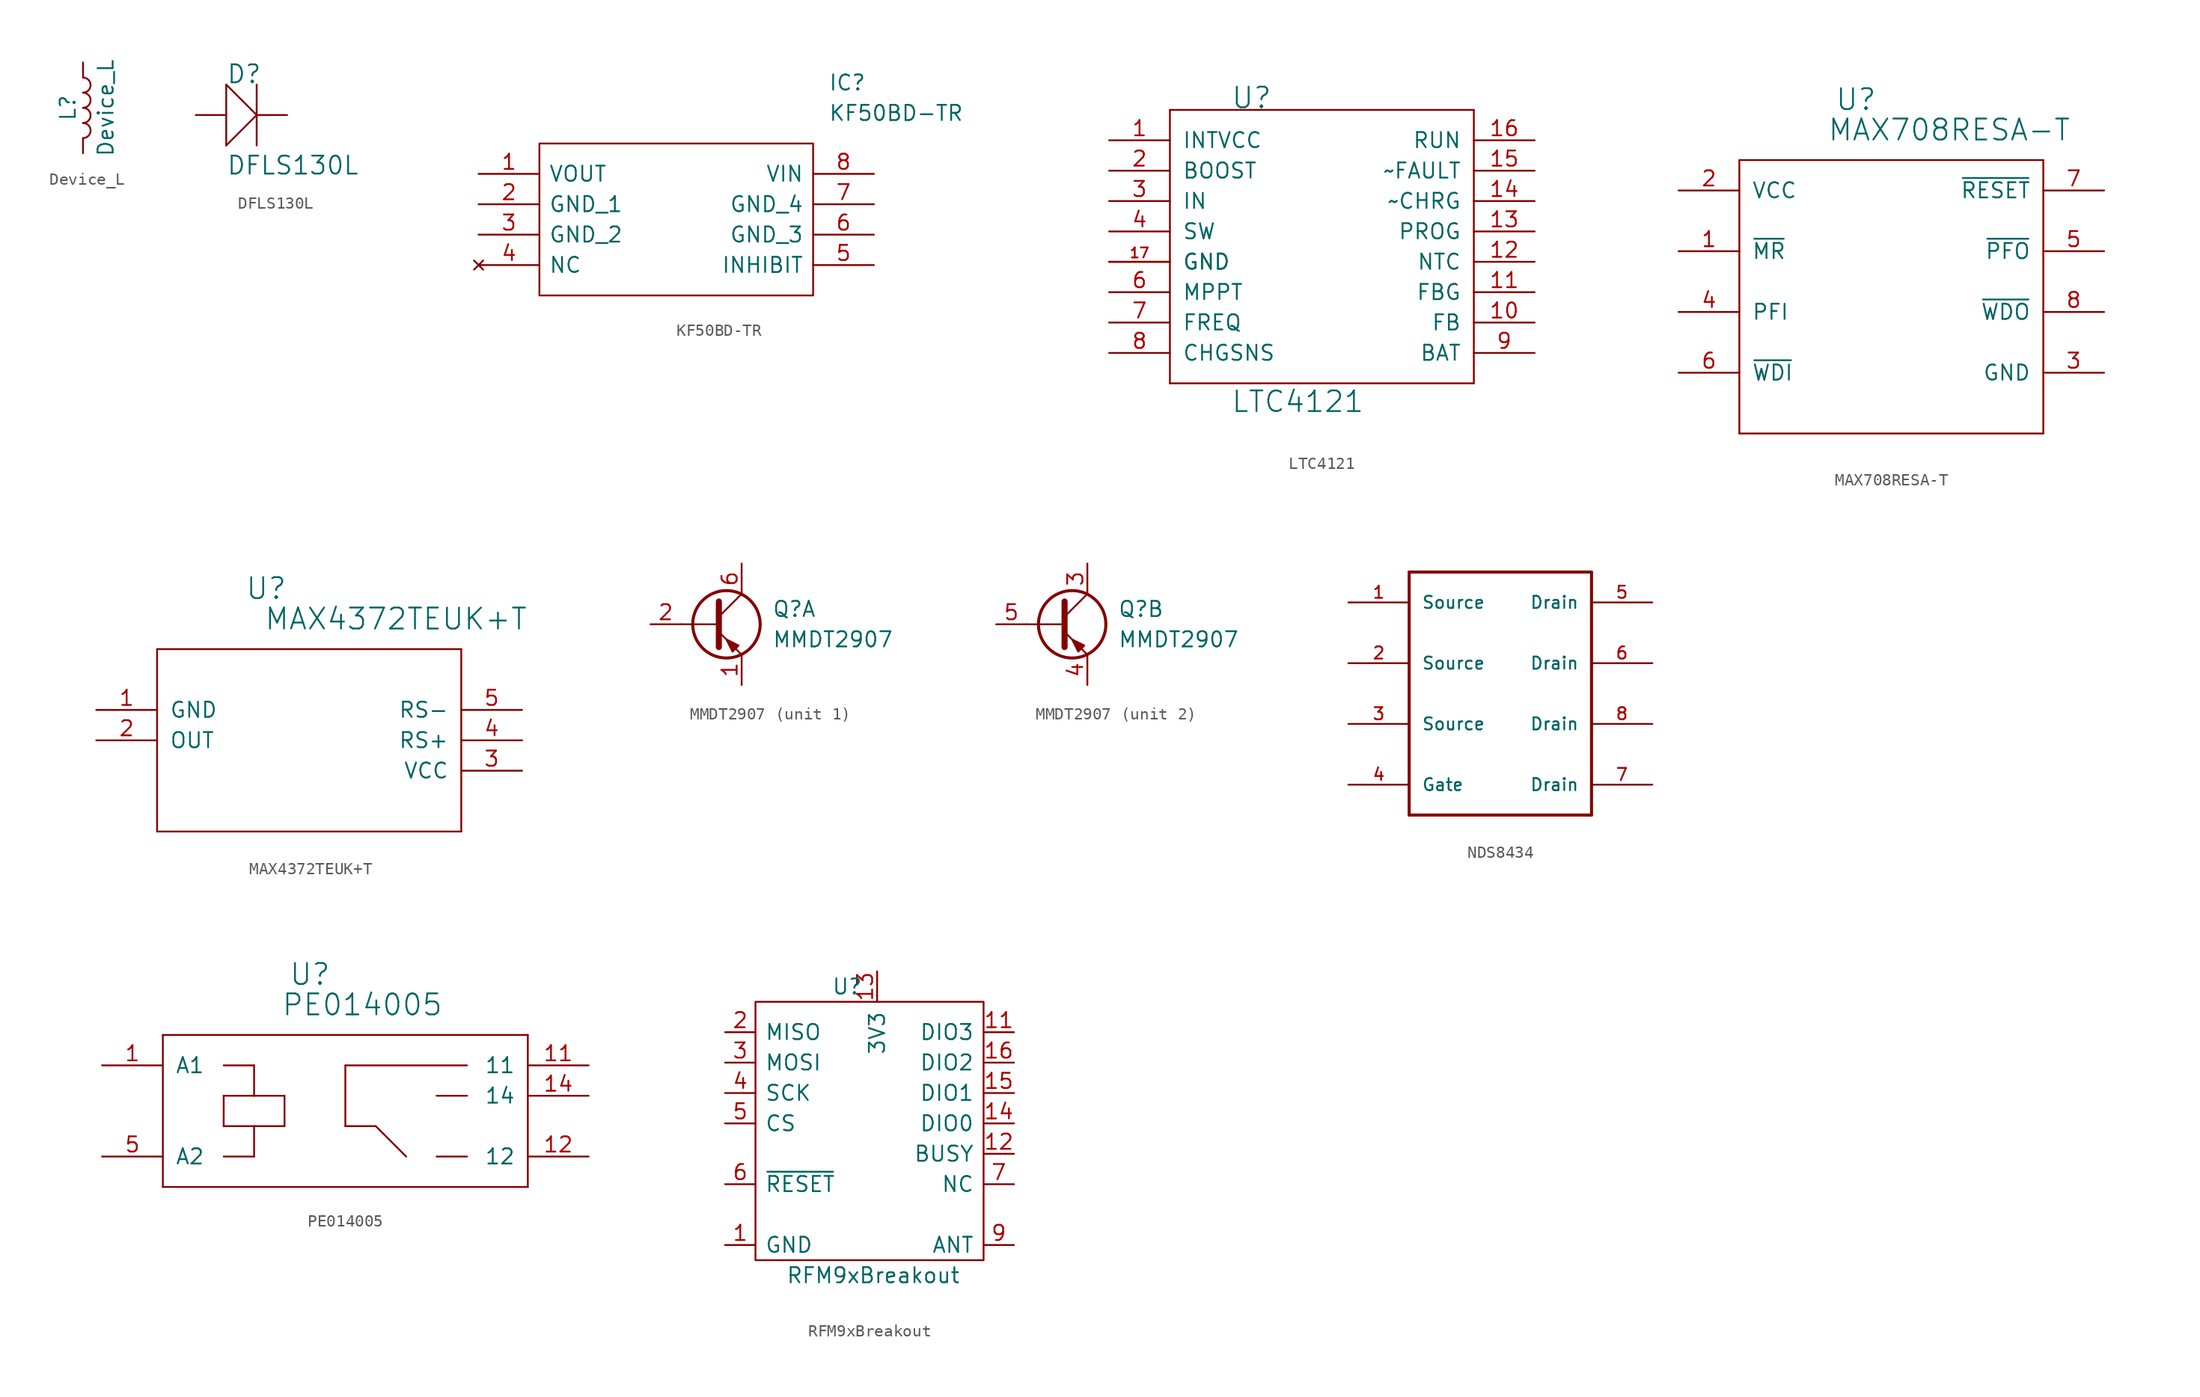
<source format=kicad_sym>
(kicad_symbol_lib
  (version 20231120)
  (generator "kicad_symbol_editor")
  (generator_version "8.0")
  (symbol "Device_L"
    (pin_numbers hide)
    (pin_names
      (offset 1.016) hide)
    (property "Reference" "L"
      (at -1.27 0 90)
      (effects (font (size 1.27 1.27))))
    (property "Value" "Device_L"
      (at 1.905 0 90)
      (effects (font (size 1.27 1.27))))
    (symbol "Device_L_0_1"
      (arc (start 0 -2.54) (mid 0.635 -1.905) (end 0 -1.27) (stroke (width 0) (type solid)) (fill (type none)))
      (arc (start 0 -1.27) (mid 0.635 -0.635) (end 0 0) (stroke (width 0) (type solid)) (fill (type none)))
      (arc (start 0 0) (mid 0.635 0.635) (end 0 1.27) (stroke (width 0) (type solid)) (fill (type none)))
      (arc (start 0 1.27) (mid 0.635 1.905) (end 0 2.54) (stroke (width 0) (type solid)) (fill (type none))))
    (symbol "Device_L_1_1"
      (pin passive line (at 0 3.81 270) (length 1.27) (name "1" (effects (font (size 1.27 1.27)))) (number "1" (effects (font (size 1.27 1.27)))))
      (pin passive line (at 0 -3.81 90) (length 1.27) (name "2" (effects (font (size 1.27 1.27)))) (number "2" (effects (font (size 1.27 1.27)))))))
  (symbol "DFLS130L"
    (pin_names
      (offset 1.016))
    (property "Reference" "D"
      (at 0 2.54 0)
      (effects (font (size 1.499 1.499)) (justify left bottom)))
    (property "Value" "DFLS130L"
      (at 0 -5.08 0)
      (effects (font (size 1.499 1.499)) (justify left bottom)))
    (property "ki_locked" ""
      (at 0 0 0)
      (effects (font (size 1.27 1.27))))
    (symbol "DFLS130L_1_0"
      (polyline (pts (xy 0 -2.54) (xy 2.54 0)) (stroke (width 0) (type solid)) (fill (type none)))
      (polyline (pts (xy 0 2.54) (xy 0 -2.54)) (stroke (width 0) (type solid)) (fill (type none)))
      (polyline (pts (xy 2.54 0) (xy 0 2.54)) (stroke (width 0) (type solid)) (fill (type none)))
      (polyline (pts (xy 2.54 2.54) (xy 2.54 -2.54)) (stroke (width 0) (type solid)) (fill (type none)))
      (pin bidirectional line (at -2.54 0 0) (length 2.54) (name "A" (effects (font (size 0 0)))) (number "A" (effects (font (size 0 0)))))
      (pin bidirectional line (at 5.08 0 180) (length 2.54) (name "C" (effects (font (size 0 0)))) (number "C" (effects (font (size 0 0)))))))
  (symbol "KF50BD-TR"
    (pin_names
      (offset 0.762))
    (property "Reference" "IC"
      (at 29.21 7.62 0)
      (effects (font (size 1.27 1.27)) (justify left)))
    (property "Value" "KF50BD-TR"
      (at 29.21 5.08 0)
      (effects (font (size 1.27 1.27)) (justify left)))
    (symbol "KF50BD-TR_0_0"
      (pin output line (at 0 0 0) (length 5.08) (name "VOUT" (effects (font (size 1.27 1.27)))) (number "1" (effects (font (size 1.27 1.27)))))
      (pin power_in line (at 0 -2.54 0) (length 5.08) (name "GND_1" (effects (font (size 1.27 1.27)))) (number "2" (effects (font (size 1.27 1.27)))))
      (pin power_in line (at 0 -5.08 0) (length 5.08) (name "GND_2" (effects (font (size 1.27 1.27)))) (number "3" (effects (font (size 1.27 1.27)))))
      (pin no_connect line (at 0 -7.62 0) (length 5.08) (name "NC" (effects (font (size 1.27 1.27)))) (number "4" (effects (font (size 1.27 1.27)))))
      (pin input line (at 33.02 -7.62 180) (length 5.08) (name "INHIBIT" (effects (font (size 1.27 1.27)))) (number "5" (effects (font (size 1.27 1.27)))))
      (pin power_in line (at 33.02 -5.08 180) (length 5.08) (name "GND_3" (effects (font (size 1.27 1.27)))) (number "6" (effects (font (size 1.27 1.27)))))
      (pin power_in line (at 33.02 -2.54 180) (length 5.08) (name "GND_4" (effects (font (size 1.27 1.27)))) (number "7" (effects (font (size 1.27 1.27)))))
      (pin input line (at 33.02 0 180) (length 5.08) (name "VIN" (effects (font (size 1.27 1.27)))) (number "8" (effects (font (size 1.27 1.27))))))
    (symbol "KF50BD-TR_0_1"
      (polyline (pts (xy 5.08 2.54) (xy 27.94 2.54) (xy 27.94 -10.16) (xy 5.08 -10.16) (xy 5.08 2.54)) (stroke (width 0.152) (type solid)) (fill (type none)))))
  (symbol "LTC4121"
    (pin_names
      (offset 1.016))
    (property "Reference" "U"
      (at -2.54 10.16 0)
      (effects (font (size 1.727 1.727)) (justify left bottom)))
    (property "Value" "LTC4121"
      (at -2.54 -15.24 0)
      (effects (font (size 1.727 1.727)) (justify left bottom)))
    (property "ki_locked" ""
      (at 0 0 0)
      (effects (font (size 1.27 1.27))))
    (symbol "LTC4121_1_0"
      (polyline (pts (xy -7.62 -12.7) (xy -7.62 10.16)) (stroke (width 0) (type solid)) (fill (type none)))
      (polyline (pts (xy -7.62 10.16) (xy 17.78 10.16)) (stroke (width 0) (type solid)) (fill (type none)))
      (polyline (pts (xy 17.78 -12.7) (xy -7.62 -12.7)) (stroke (width 0) (type solid)) (fill (type none)))
      (polyline (pts (xy 17.78 10.16) (xy 17.78 -12.7)) (stroke (width 0) (type solid)) (fill (type none)))
      (pin bidirectional line (at -12.7 7.62 0) (length 5.08) (name "INTVCC" (effects (font (size 1.27 1.27)))) (number "1" (effects (font (size 1.27 1.27)))))
      (pin bidirectional line (at 22.86 -7.62 180) (length 5.08) (name "FB" (effects (font (size 1.27 1.27)))) (number "10" (effects (font (size 1.27 1.27)))))
      (pin bidirectional line (at 22.86 -5.08 180) (length 5.08) (name "FBG" (effects (font (size 1.27 1.27)))) (number "11" (effects (font (size 1.27 1.27)))))
      (pin bidirectional line (at 22.86 -2.54 180) (length 5.08) (name "NTC" (effects (font (size 1.27 1.27)))) (number "12" (effects (font (size 1.27 1.27)))))
      (pin bidirectional line (at 22.86 0 180) (length 5.08) (name "PROG" (effects (font (size 1.27 1.27)))) (number "13" (effects (font (size 1.27 1.27)))))
      (pin bidirectional line (at 22.86 2.54 180) (length 5.08) (name "~CHRG" (effects (font (size 1.27 1.27)))) (number "14" (effects (font (size 1.27 1.27)))))
      (pin bidirectional line (at 22.86 5.08 180) (length 5.08) (name "~FAULT" (effects (font (size 1.27 1.27)))) (number "15" (effects (font (size 1.27 1.27)))))
      (pin bidirectional line (at 22.86 7.62 180) (length 5.08) (name "RUN" (effects (font (size 1.27 1.27)))) (number "16" (effects (font (size 1.27 1.27)))))
      (pin bidirectional line (at -12.7 -2.54 0) (length 5.08) (name "GND" (effects (font (size 1.27 1.27)))) (number "17" (effects (font (size 0.838 0.838)))))
      (pin bidirectional line (at -12.7 5.08 0) (length 5.08) (name "BOOST" (effects (font (size 1.27 1.27)))) (number "2" (effects (font (size 1.27 1.27)))))
      (pin bidirectional line (at -12.7 2.54 0) (length 5.08) (name "IN" (effects (font (size 1.27 1.27)))) (number "3" (effects (font (size 1.27 1.27)))))
      (pin bidirectional line (at -12.7 0 0) (length 5.08) (name "SW" (effects (font (size 1.27 1.27)))) (number "4" (effects (font (size 1.27 1.27)))))
      (pin bidirectional line (at -12.7 -2.54 0) (length 5.08) (name "GND" (effects (font (size 1.27 1.27)))) (number "5" (effects (font (size 0 0)))))
      (pin bidirectional line (at -12.7 -5.08 0) (length 5.08) (name "MPPT" (effects (font (size 1.27 1.27)))) (number "6" (effects (font (size 1.27 1.27)))))
      (pin bidirectional line (at -12.7 -7.62 0) (length 5.08) (name "FREQ" (effects (font (size 1.27 1.27)))) (number "7" (effects (font (size 1.27 1.27)))))
      (pin bidirectional line (at -12.7 -10.16 0) (length 5.08) (name "CHGSNS" (effects (font (size 1.27 1.27)))) (number "8" (effects (font (size 1.27 1.27)))))
      (pin bidirectional line (at 22.86 -10.16 180) (length 5.08) (name "BAT" (effects (font (size 1.27 1.27)))) (number "9" (effects (font (size 1.27 1.27)))))))
  (symbol "MAX708RESA-T"
    (pin_names
      (offset 1.016))
    (property "Reference" "U"
      (at 15.596 9.119 0)
      (effects (font (size 1.753 1.753)) (justify left bottom)))
    (property "Value" "MAX708RESA-T"
      (at 14.961 6.579 0)
      (effects (font (size 1.753 1.753)) (justify left bottom)))
    (property "ki_locked" ""
      (at 0 0 0)
      (effects (font (size 1.27 1.27))))
    (symbol "MAX708RESA-T_1_0"
      (polyline (pts (xy 7.62 -17.78) (xy 33.02 -17.78)) (stroke (width 0) (type solid)) (fill (type none)))
      (polyline (pts (xy 7.62 5.08) (xy 7.62 -17.78)) (stroke (width 0) (type solid)) (fill (type none)))
      (polyline (pts (xy 33.02 -17.78) (xy 33.02 5.08)) (stroke (width 0) (type solid)) (fill (type none)))
      (polyline (pts (xy 33.02 5.08) (xy 7.62 5.08)) (stroke (width 0) (type solid)) (fill (type none)))
      (pin input line (at 2.54 -2.54 0) (length 5.08) (name "~{MR}" (effects (font (size 1.27 1.27)))) (number "1" (effects (font (size 1.27 1.27)))))
      (pin power_in line (at 2.54 2.54 0) (length 5.08) (name "VCC" (effects (font (size 1.27 1.27)))) (number "2" (effects (font (size 1.27 1.27)))))
      (pin power_in line (at 38.1 -12.7 180) (length 5.08) (name "GND" (effects (font (size 1.27 1.27)))) (number "3" (effects (font (size 1.27 1.27)))))
      (pin input line (at 2.54 -7.62 0) (length 5.08) (name "PFI" (effects (font (size 1.27 1.27)))) (number "4" (effects (font (size 1.27 1.27)))))
      (pin output line (at 38.1 -2.54 180) (length 5.08) (name "~{PFO}" (effects (font (size 1.27 1.27)))) (number "5" (effects (font (size 1.27 1.27)))))
      (pin input line (at 2.54 -12.7 0) (length 5.08) (name "~{WDI}" (effects (font (size 1.27 1.27)))) (number "6" (effects (font (size 1.27 1.27)))))
      (pin output line (at 38.1 2.54 180) (length 5.08) (name "~{RESET}" (effects (font (size 1.27 1.27)))) (number "7" (effects (font (size 1.27 1.27)))))
      (pin output line (at 38.1 -7.62 180) (length 5.08) (name "~{WDO}" (effects (font (size 1.27 1.27)))) (number "8" (effects (font (size 1.27 1.27)))))))
  (symbol "MAX4372TEUK+T"
    (pin_names
      (offset 1.016))
    (property "Reference" "U"
      (at 14.961 9.119 0)
      (effects (font (size 1.753 1.753)) (justify left bottom)))
    (property "Value" "MAX4372TEUK+T"
      (at 16.535 6.579 0)
      (effects (font (size 1.753 1.753)) (justify left bottom)))
    (property "ki_locked" ""
      (at 0 0 0)
      (effects (font (size 1.27 1.27))))
    (symbol "MAX4372TEUK+T_1_0"
      (polyline (pts (xy 7.62 -10.16) (xy 33.02 -10.16)) (stroke (width 0) (type solid)) (fill (type none)))
      (polyline (pts (xy 7.62 5.08) (xy 7.62 -10.16)) (stroke (width 0) (type solid)) (fill (type none)))
      (polyline (pts (xy 33.02 -10.16) (xy 33.02 5.08)) (stroke (width 0) (type solid)) (fill (type none)))
      (polyline (pts (xy 33.02 5.08) (xy 7.62 5.08)) (stroke (width 0) (type solid)) (fill (type none)))
      (pin power_in line (at 2.54 0 0) (length 5.08) (name "GND" (effects (font (size 1.27 1.27)))) (number "1" (effects (font (size 1.27 1.27)))))
      (pin output line (at 2.54 -2.54 0) (length 5.08) (name "OUT" (effects (font (size 1.27 1.27)))) (number "2" (effects (font (size 1.27 1.27)))))
      (pin power_in line (at 38.1 -5.08 180) (length 5.08) (name "VCC" (effects (font (size 1.27 1.27)))) (number "3" (effects (font (size 1.27 1.27)))))
      (pin passive line (at 38.1 -2.54 180) (length 5.08) (name "RS+" (effects (font (size 1.27 1.27)))) (number "4" (effects (font (size 1.27 1.27)))))
      (pin passive line (at 38.1 0 180) (length 5.08) (name "RS-" (effects (font (size 1.27 1.27)))) (number "5" (effects (font (size 1.27 1.27)))))))
  (symbol "MMDT2907"
    (pin_names
      (offset 0) hide)
    (property "Reference" "Q"
      (at 5.08 1.27 0)
      (effects (font (size 1.27 1.27)) (justify left)))
    (property "Value" "MMDT2907"
      (at 5.08 -1.27 0)
      (effects (font (size 1.27 1.27)) (justify left)))
    (property "ki_locked" ""
      (at 0 0 0)
      (effects (font (size 1.27 1.27))))
    (symbol "MMDT2907_0_1"
      (polyline (pts (xy 0.635 0) (xy -2.54 0)) (stroke (width 0) (type solid)) (fill (type none)))
      (polyline (pts (xy 0.635 0.635) (xy 2.54 2.54)) (stroke (width 0) (type solid)) (fill (type none)))
      (polyline (pts (xy 0.635 -0.635) (xy 2.54 -2.54) (xy 2.54 -2.54)) (stroke (width 0) (type solid)) (fill (type none)))
      (polyline (pts (xy 0.635 1.905) (xy 0.635 -1.905) (xy 0.635 -1.905)) (stroke (width 0.508) (type solid)) (fill (type none)))
      (polyline (pts (xy 2.286 -1.778) (xy 1.778 -2.286) (xy 1.27 -1.27) (xy 2.286 -1.778) (xy 2.286 -1.778)) (stroke (width 0) (type solid)) (fill (type outline)))
      (circle (center 1.27 0) (radius 2.819) (stroke (width 0.254) (type solid)) (fill (type none))))
    (symbol "MMDT2907_1_1"
      (pin passive line (at 2.54 -5.08 90) (length 2.54) (name "E1" (effects (font (size 1.27 1.27)))) (number "1" (effects (font (size 1.27 1.27)))))
      (pin input line (at -5.08 0 0) (length 2.54) (name "B1" (effects (font (size 1.27 1.27)))) (number "2" (effects (font (size 1.27 1.27)))))
      (pin passive line (at 2.54 5.08 270) (length 2.54) (name "C1" (effects (font (size 1.27 1.27)))) (number "6" (effects (font (size 1.27 1.27))))))
    (symbol "MMDT2907_2_1"
      (pin passive line (at 2.54 5.08 270) (length 2.54) (name "C2" (effects (font (size 1.27 1.27)))) (number "3" (effects (font (size 1.27 1.27)))))
      (pin passive line (at 2.54 -5.08 90) (length 2.54) (name "E2" (effects (font (size 1.27 1.27)))) (number "4" (effects (font (size 1.27 1.27)))))
      (pin input line (at -5.08 0 0) (length 2.54) (name "B2" (effects (font (size 1.27 1.27)))) (number "5" (effects (font (size 1.27 1.27)))))))
  (symbol "NDS8434"
    (pin_names
      (offset 1.016))
    (property "Reference" "U"
      (at 0 0 0)
      (effects (font (size 1.27 1.27)) (justify left bottom) (hide yes)))
    (symbol "NDS8434_0_0"
      (polyline (pts (xy -7.62 -10.16) (xy -7.62 10.16)) (stroke (width 0.254) (type solid)) (fill (type none)))
      (polyline (pts (xy -7.62 10.16) (xy 7.62 10.16)) (stroke (width 0.254) (type solid)) (fill (type none)))
      (polyline (pts (xy 7.62 -10.16) (xy -7.62 -10.16)) (stroke (width 0.254) (type solid)) (fill (type none)))
      (polyline (pts (xy 7.62 10.16) (xy 7.62 -10.16)) (stroke (width 0.254) (type solid)) (fill (type none)))
      (pin bidirectional line (at -12.7 7.62 0) (length 5.08) (name "Source" (effects (font (size 1.016 1.016)))) (number "1" (effects (font (size 1.016 1.016)))))
      (pin bidirectional line (at -12.7 2.54 0) (length 5.08) (name "Source" (effects (font (size 1.016 1.016)))) (number "2" (effects (font (size 1.016 1.016)))))
      (pin bidirectional line (at -12.7 -2.54 0) (length 5.08) (name "Source" (effects (font (size 1.016 1.016)))) (number "3" (effects (font (size 1.016 1.016)))))
      (pin bidirectional line (at -12.7 -7.62 0) (length 5.08) (name "Gate" (effects (font (size 1.016 1.016)))) (number "4" (effects (font (size 1.016 1.016)))))
      (pin bidirectional line (at 12.7 7.62 180) (length 5.08) (name "Drain" (effects (font (size 1.016 1.016)))) (number "5" (effects (font (size 1.016 1.016)))))
      (pin bidirectional line (at 12.7 2.54 180) (length 5.08) (name "Drain" (effects (font (size 1.016 1.016)))) (number "6" (effects (font (size 1.016 1.016)))))
      (pin bidirectional line (at 12.7 -7.62 180) (length 5.08) (name "Drain" (effects (font (size 1.016 1.016)))) (number "7" (effects (font (size 1.016 1.016)))))
      (pin bidirectional line (at 12.7 -2.54 180) (length 5.08) (name "Drain" (effects (font (size 1.016 1.016)))) (number "8" (effects (font (size 1.016 1.016)))))))
  (symbol "PE014005"
    (pin_names
      (offset 1.016))
    (property "Reference" "U"
      (at -2.184 9.119 0)
      (effects (font (size 1.753 1.753)) (justify left bottom)))
    (property "Value" "PE014005"
      (at -2.819 6.579 0)
      (effects (font (size 1.753 1.753)) (justify left bottom)))
    (property "ki_locked" ""
      (at 0 0 0)
      (effects (font (size 1.27 1.27))))
    (symbol "PE014005_1_0"
      (polyline (pts (xy -12.7 -7.62) (xy 17.78 -7.62)) (stroke (width 0) (type solid)) (fill (type none)))
      (polyline (pts (xy -12.7 5.08) (xy -12.7 -7.62)) (stroke (width 0) (type solid)) (fill (type none)))
      (polyline (pts (xy -7.62 -2.54) (xy -7.62 0)) (stroke (width 0) (type solid)) (fill (type none)))
      (polyline (pts (xy -7.62 0) (xy -5.08 0)) (stroke (width 0) (type solid)) (fill (type none)))
      (polyline (pts (xy -7.62 2.54) (xy -5.08 2.54)) (stroke (width 0) (type solid)) (fill (type none)))
      (polyline (pts (xy -5.08 -5.08) (xy -7.62 -5.08)) (stroke (width 0) (type solid)) (fill (type none)))
      (polyline (pts (xy -5.08 -2.54) (xy -7.62 -2.54)) (stroke (width 0) (type solid)) (fill (type none)))
      (polyline (pts (xy -5.08 -2.54) (xy -5.08 -5.08)) (stroke (width 0) (type solid)) (fill (type none)))
      (polyline (pts (xy -5.08 0) (xy -2.54 0)) (stroke (width 0) (type solid)) (fill (type none)))
      (polyline (pts (xy -5.08 2.54) (xy -5.08 0)) (stroke (width 0) (type solid)) (fill (type none)))
      (polyline (pts (xy -2.54 -2.54) (xy -5.08 -2.54)) (stroke (width 0) (type solid)) (fill (type none)))
      (polyline (pts (xy -2.54 0) (xy -2.54 -2.54)) (stroke (width 0) (type solid)) (fill (type none)))
      (polyline (pts (xy 2.54 -2.54) (xy 5.08 -2.54)) (stroke (width 0) (type solid)) (fill (type none)))
      (polyline (pts (xy 2.54 2.54) (xy 2.54 -2.54)) (stroke (width 0) (type solid)) (fill (type none)))
      (polyline (pts (xy 5.08 -2.54) (xy 7.62 -5.08)) (stroke (width 0) (type solid)) (fill (type none)))
      (polyline (pts (xy 12.7 -5.08) (xy 10.16 -5.08)) (stroke (width 0) (type solid)) (fill (type none)))
      (polyline (pts (xy 12.7 0) (xy 10.16 0)) (stroke (width 0) (type solid)) (fill (type none)))
      (polyline (pts (xy 12.7 2.54) (xy 2.54 2.54)) (stroke (width 0) (type solid)) (fill (type none)))
      (polyline (pts (xy 17.78 -7.62) (xy 17.78 5.08)) (stroke (width 0) (type solid)) (fill (type none)))
      (polyline (pts (xy 17.78 5.08) (xy -12.7 5.08)) (stroke (width 0) (type solid)) (fill (type none)))
      (pin passive line (at -17.78 2.54 0) (length 5.08) (name "A1" (effects (font (size 1.27 1.27)))) (number "1" (effects (font (size 1.27 1.27)))))
      (pin passive line (at 22.86 2.54 180) (length 5.08) (name "11" (effects (font (size 1.27 1.27)))) (number "11" (effects (font (size 1.27 1.27)))))
      (pin passive line (at 22.86 -5.08 180) (length 5.08) (name "12" (effects (font (size 1.27 1.27)))) (number "12" (effects (font (size 1.27 1.27)))))
      (pin passive line (at 22.86 0 180) (length 5.08) (name "14" (effects (font (size 1.27 1.27)))) (number "14" (effects (font (size 1.27 1.27)))))
      (pin passive line (at -17.78 -5.08 0) (length 5.08) (name "A2" (effects (font (size 1.27 1.27)))) (number "5" (effects (font (size 1.27 1.27)))))))
  (symbol "RFM9xBreakout"
    (pin_names
      (offset 0.762))
    (property "Reference" "U"
      (at -3.81 12.7 0)
      (effects (font (size 1.27 1.27)) (justify left)))
    (property "Value" "RFM9xBreakout"
      (at -7.62 -11.43 0)
      (effects (font (size 1.27 1.27)) (justify left)))
    (symbol "RFM9xBreakout_0_1"
      (rectangle (start -10.16 11.43) (end 8.89 -10.16) (stroke (width 0) (type solid)) (fill (type none))))
    (symbol "RFM9xBreakout_1_1"
      (pin bidirectional line (at -12.7 -8.89 0) (length 2.54) (name "GND" (effects (font (size 1.27 1.27)))) (number "1" (effects (font (size 1.27 1.27)))))
      (pin bidirectional line (at -12.7 -8.89 0) (length 2.54) hide (name "GND" (effects (font (size 1.27 1.27)))) (number "10" (effects (font (size 1.27 1.27)))))
      (pin bidirectional line (at 11.43 8.89 180) (length 2.54) (name "DIO3" (effects (font (size 1.27 1.27)))) (number "11" (effects (font (size 1.27 1.27)))))
      (pin bidirectional line (at 11.43 -1.27 180) (length 2.54) (name "BUSY" (effects (font (size 1.27 1.27)))) (number "12" (effects (font (size 1.27 1.27)))))
      (pin bidirectional line (at 0 13.97 270) (length 2.54) (name "3V3" (effects (font (size 1.27 1.27)))) (number "13" (effects (font (size 1.27 1.27)))))
      (pin bidirectional line (at 11.43 1.27 180) (length 2.54) (name "DIO0" (effects (font (size 1.27 1.27)))) (number "14" (effects (font (size 1.27 1.27)))))
      (pin bidirectional line (at 11.43 3.81 180) (length 2.54) (name "DIO1" (effects (font (size 1.27 1.27)))) (number "15" (effects (font (size 1.27 1.27)))))
      (pin bidirectional line (at 11.43 6.35 180) (length 2.54) (name "DIO2" (effects (font (size 1.27 1.27)))) (number "16" (effects (font (size 1.27 1.27)))))
      (pin bidirectional line (at -12.7 8.89 0) (length 2.54) (name "MISO" (effects (font (size 1.27 1.27)))) (number "2" (effects (font (size 1.27 1.27)))))
      (pin bidirectional line (at -12.7 6.35 0) (length 2.54) (name "MOSI" (effects (font (size 1.27 1.27)))) (number "3" (effects (font (size 1.27 1.27)))))
      (pin bidirectional line (at -12.7 3.81 0) (length 2.54) (name "SCK" (effects (font (size 1.27 1.27)))) (number "4" (effects (font (size 1.27 1.27)))))
      (pin bidirectional line (at -12.7 1.27 0) (length 2.54) (name "CS" (effects (font (size 1.27 1.27)))) (number "5" (effects (font (size 1.27 1.27)))))
      (pin bidirectional line (at -12.7 -3.81 0) (length 2.54) (name "~{RESET}" (effects (font (size 1.27 1.27)))) (number "6" (effects (font (size 1.27 1.27)))))
      (pin bidirectional line (at 11.43 -3.81 180) (length 2.54) (name "NC" (effects (font (size 1.27 1.27)))) (number "7" (effects (font (size 1.27 1.27)))))
      (pin bidirectional line (at -12.7 -8.89 0) (length 2.54) hide (name "GND" (effects (font (size 1.27 1.27)))) (number "8" (effects (font (size 1.27 1.27)))))
      (pin bidirectional line (at 11.43 -8.89 180) (length 2.54) (name "ANT" (effects (font (size 1.27 1.27)))) (number "9" (effects (font (size 1.27 1.27))))))))
</source>
